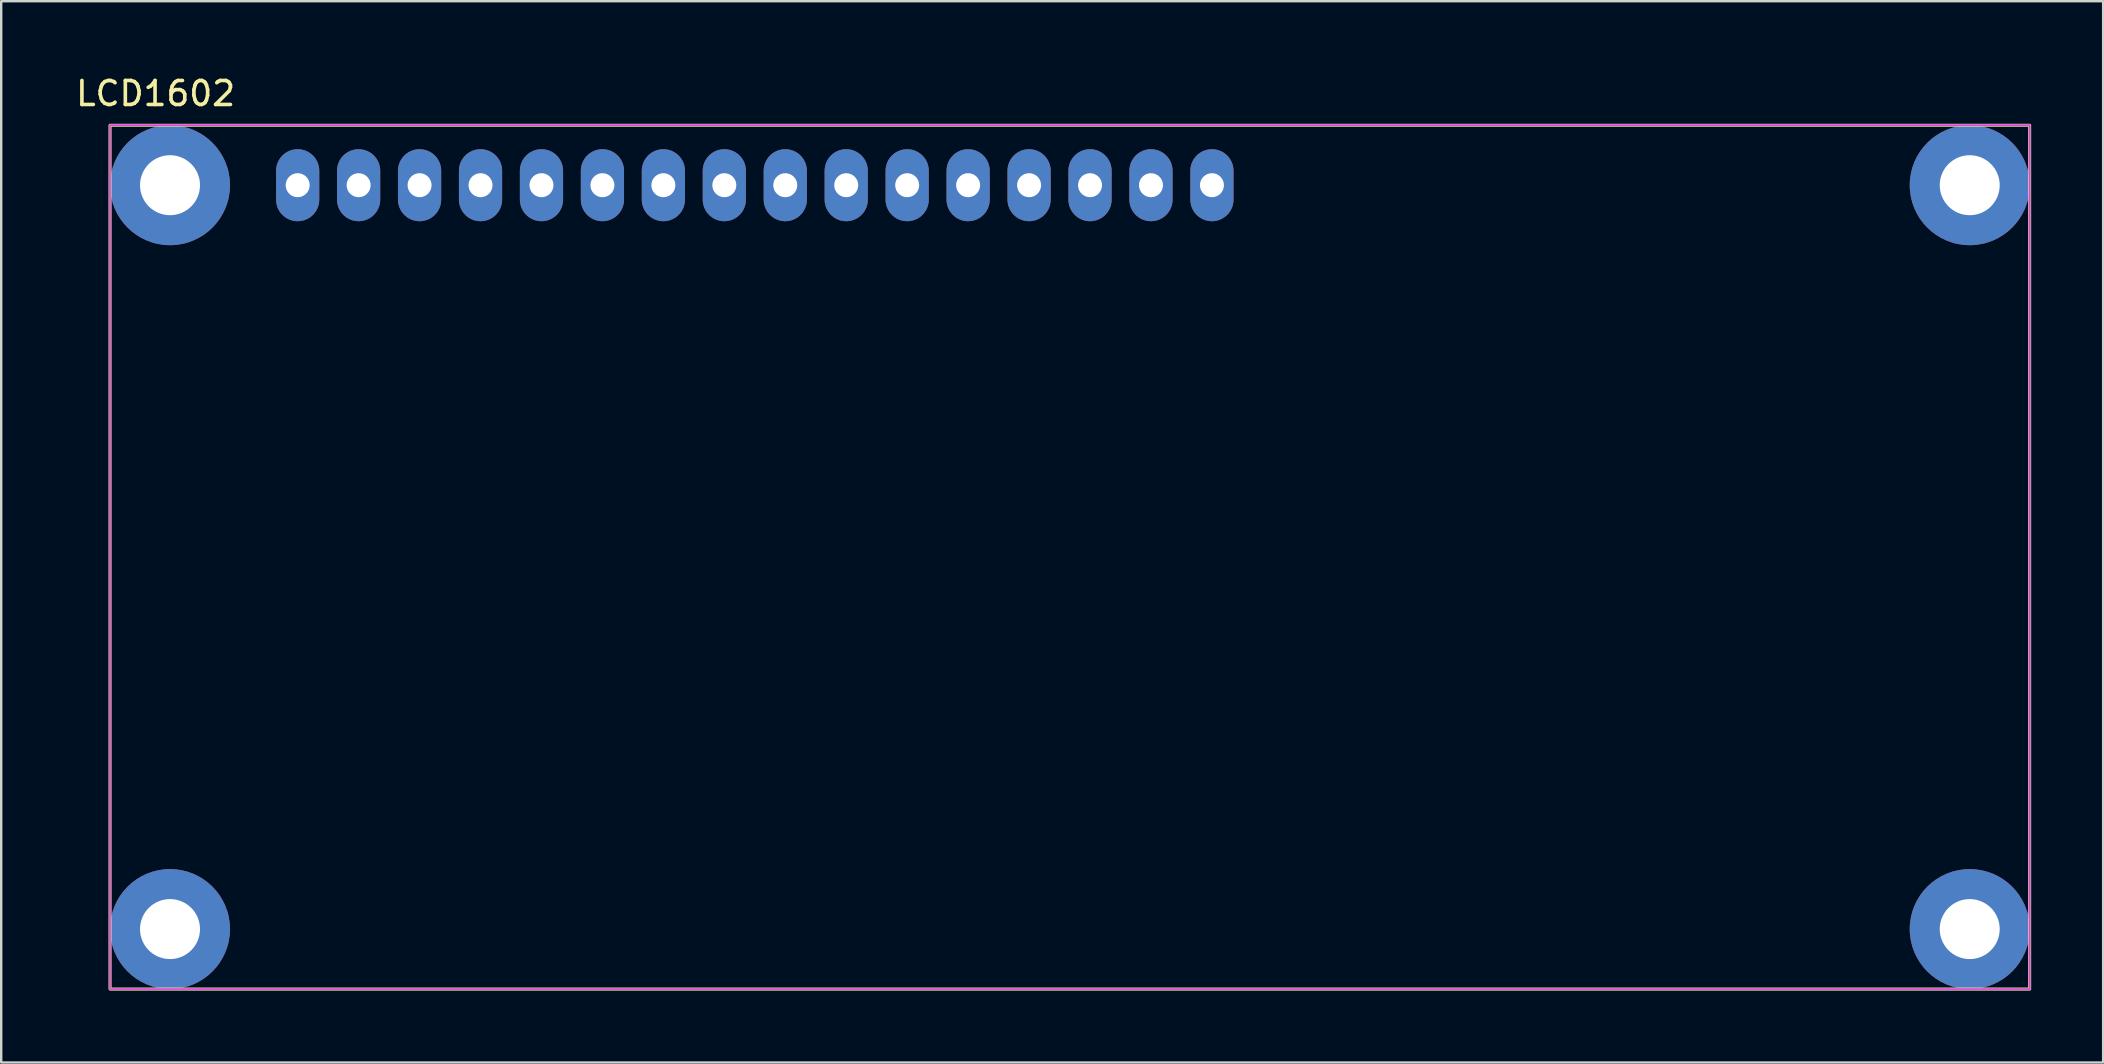
<source format=kicad_pcb>
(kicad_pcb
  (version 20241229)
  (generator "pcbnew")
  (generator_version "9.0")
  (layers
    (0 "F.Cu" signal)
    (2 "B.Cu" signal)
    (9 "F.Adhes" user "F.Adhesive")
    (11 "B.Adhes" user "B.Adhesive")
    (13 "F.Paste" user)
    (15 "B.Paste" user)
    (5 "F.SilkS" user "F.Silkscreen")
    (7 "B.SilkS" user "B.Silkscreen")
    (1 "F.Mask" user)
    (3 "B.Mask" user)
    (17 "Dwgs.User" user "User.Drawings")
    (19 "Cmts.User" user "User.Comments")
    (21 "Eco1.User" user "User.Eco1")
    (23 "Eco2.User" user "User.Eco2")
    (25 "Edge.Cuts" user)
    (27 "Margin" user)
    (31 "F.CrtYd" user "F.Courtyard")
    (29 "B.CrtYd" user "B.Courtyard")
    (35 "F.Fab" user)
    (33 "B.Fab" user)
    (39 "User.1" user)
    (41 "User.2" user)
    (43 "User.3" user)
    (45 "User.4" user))
  (footprint "LCD1602"
    (layer "F.Cu")
    (at 41.535 20.168)
    (property "Reference" "LCD1602" (at -38.1 -19.32 0) (layer "F.SilkS") (effects (font (size 1 1) (thickness 0.15))))
    (attr through_hole)
    (fp_rect (start -40 -18) (end 40 18) (stroke (width 0.12) (type solid)) (fill no) (layer "F.SilkS"))
    (fp_rect (start -40 -18) (end 40 18) (stroke (width 0.05) (type solid)) (fill no) (layer "F.CrtYd"))
    (fp_rect (start -40 -18) (end 40 18) (stroke (width 0.1) (type solid)) (fill no) (layer "F.Fab"))
    (pad "1" thru_hole oval (at -32.18 -15.5) (size 1.8 3) (drill 1) (layers "*.Cu" "*.Mask"))
    (pad "2" thru_hole oval (at -29.64 -15.5) (size 1.8 3) (drill 1) (layers "*.Cu" "*.Mask"))
    (pad "3" thru_hole oval (at -27.1 -15.5) (size 1.8 3) (drill 1) (layers "*.Cu" "*.Mask"))
    (pad "4" thru_hole oval (at -24.56 -15.5) (size 1.8 3) (drill 1) (layers "*.Cu" "*.Mask"))
    (pad "5" thru_hole oval (at -22.02 -15.5) (size 1.8 3) (drill 1) (layers "*.Cu" "*.Mask"))
    (pad "6" thru_hole oval (at -19.48 -15.5) (size 1.8 3) (drill 1) (layers "*.Cu" "*.Mask"))
    (pad "7" thru_hole oval (at -16.94 -15.5) (size 1.8 3) (drill 1) (layers "*.Cu" "*.Mask"))
    (pad "8" thru_hole oval (at -14.4 -15.5) (size 1.8 3) (drill 1) (layers "*.Cu" "*.Mask"))
    (pad "9" thru_hole oval (at -11.86 -15.5) (size 1.8 3) (drill 1) (layers "*.Cu" "*.Mask"))
    (pad "10" thru_hole oval (at -9.32 -15.5) (size 1.8 3) (drill 1) (layers "*.Cu" "*.Mask"))
    (pad "11" thru_hole oval (at -6.78 -15.5) (size 1.8 3) (drill 1) (layers "*.Cu" "*.Mask"))
    (pad "12" thru_hole oval (at -4.24 -15.5) (size 1.8 3) (drill 1) (layers "*.Cu" "*.Mask"))
    (pad "13" thru_hole oval (at -1.7 -15.5) (size 1.8 3) (drill 1) (layers "*.Cu" "*.Mask"))
    (pad "14" thru_hole oval (at 0.84 -15.5) (size 1.8 3) (drill 1) (layers "*.Cu" "*.Mask"))
    (pad "15" thru_hole oval (at 3.38 -15.5) (size 1.8 3) (drill 1) (layers "*.Cu" "*.Mask"))
    (pad "16" thru_hole oval (at 5.92 -15.5) (size 1.8 3) (drill 1) (layers "*.Cu" "*.Mask"))
    (pad "17" thru_hole circle (at -37.5 -15.5) (size 5 5) (drill 2.5) (layers "*.Cu" "*.Mask"))
    (pad "18" thru_hole circle (at -37.5 15.5) (size 5 5) (drill 2.5) (layers "*.Cu" "*.Mask"))
    (pad "19" thru_hole circle (at 37.5 15.5) (size 5 5) (drill 2.5) (layers "*.Cu" "*.Mask"))
    (pad "20" thru_hole circle (at 37.5 -15.5) (size 5 5) (drill 2.5) (layers "*.Cu" "*.Mask")))
  (gr_rect
    (start -3 -3)
    (end 84.595 41.228)
    (stroke (width 0.1) (type default))
    (fill no)
    (layer "Edge.Cuts")))
</source>
